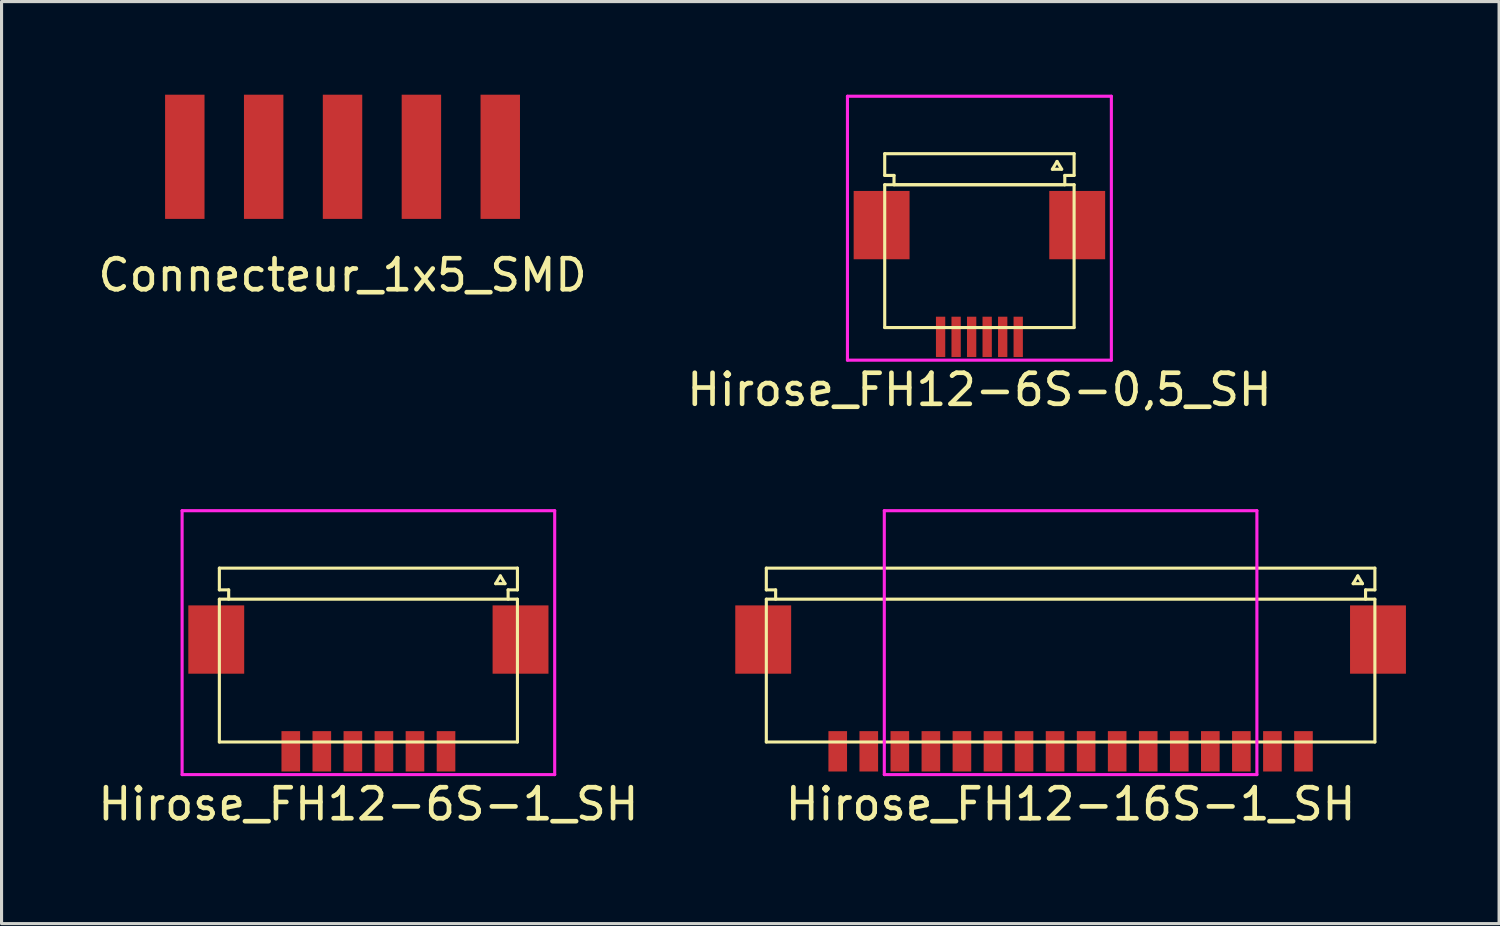
<source format=kicad_pcb>
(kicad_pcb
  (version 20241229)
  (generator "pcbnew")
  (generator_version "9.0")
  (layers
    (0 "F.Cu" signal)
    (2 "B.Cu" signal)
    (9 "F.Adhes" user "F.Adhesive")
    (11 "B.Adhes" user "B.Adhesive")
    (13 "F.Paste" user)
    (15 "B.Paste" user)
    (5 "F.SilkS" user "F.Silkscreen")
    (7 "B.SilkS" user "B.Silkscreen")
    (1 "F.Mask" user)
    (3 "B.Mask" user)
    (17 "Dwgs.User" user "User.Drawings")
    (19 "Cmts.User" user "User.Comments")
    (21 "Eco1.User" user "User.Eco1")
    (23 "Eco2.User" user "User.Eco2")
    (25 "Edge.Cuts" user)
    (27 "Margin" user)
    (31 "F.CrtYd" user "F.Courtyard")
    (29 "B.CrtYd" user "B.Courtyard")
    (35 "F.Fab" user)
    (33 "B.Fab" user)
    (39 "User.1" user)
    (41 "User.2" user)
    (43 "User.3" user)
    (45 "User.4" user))
  (footprint "Connecteur_1x5_SMD"
    (layer "F.Cu")
    (at 7.982 2)
    (property "Reference" "Connecteur_1x5_SMD" (at 0 3.81 0) (layer "F.SilkS") (effects (font (size 1 1) (thickness 0.15))))
    (attr through_hole)
    (pad "1" connect rect (at -5.08 0) (size 1.27 4) (layers "F.Cu" "F.Mask"))
    (pad "2" connect rect (at -2.54 0) (size 1.27 4) (layers "F.Cu" "F.Mask"))
    (pad "3" connect rect (at 0 0) (size 1.27 4) (layers "F.Cu" "F.Mask"))
    (pad "4" connect rect (at 2.54 0) (size 1.27 4) (layers "F.Cu" "F.Mask"))
    (pad "5" connect rect (at 5.08 0) (size 1.27 4) (layers "F.Cu" "F.Mask")))
  (footprint "Hirose_FH12-6S-1_SH"
    (layer "F.Cu")
    (at 8.815 20.148)
    (property "Reference" "Hirose_FH12-6S-1_SH" (at 0 2.7 0) (layer "F.SilkS") (effects (font (size 1 1) (thickness 0.15))))
    (attr through_hole)
    (fp_line (start -4.8 -4.2) (end -4.8 -4.9) (stroke (width 0.1) (type solid)) (layer "F.SilkS"))
    (fp_line (start -4.8 -3.9) (end -4.8 0.7) (stroke (width 0.1) (type solid)) (layer "F.SilkS"))
    (fp_line (start -4.8 -3.9) (end 4.8 -3.9) (stroke (width 0.1) (type solid)) (layer "F.SilkS"))
    (fp_line (start -4.5 -4.2) (end -4.8 -4.2) (stroke (width 0.1) (type solid)) (layer "F.SilkS"))
    (fp_line (start -4.5 -3.9) (end -4.5 -4.2) (stroke (width 0.1) (type solid)) (layer "F.SilkS"))
    (fp_line (start 4.1 -4.4) (end 4.25 -4.65) (stroke (width 0.1) (type solid)) (layer "F.SilkS"))
    (fp_line (start 4.25 -4.65) (end 4.4 -4.4) (stroke (width 0.1) (type solid)) (layer "F.SilkS"))
    (fp_line (start 4.4 -4.4) (end 4.1 -4.4) (stroke (width 0.1) (type solid)) (layer "F.SilkS"))
    (fp_line (start 4.5 -4.2) (end 4.5 -3.9) (stroke (width 0.1) (type solid)) (layer "F.SilkS"))
    (fp_line (start 4.8 -4.9) (end -4.8 -4.9) (stroke (width 0.1) (type solid)) (layer "F.SilkS"))
    (fp_line (start 4.8 -4.9) (end 4.8 -4.2) (stroke (width 0.1) (type solid)) (layer "F.SilkS"))
    (fp_line (start 4.8 -4.2) (end 4.5 -4.2) (stroke (width 0.1) (type solid)) (layer "F.SilkS"))
    (fp_line (start 4.8 0.7) (end -4.8 0.7) (stroke (width 0.1) (type solid)) (layer "F.SilkS"))
    (fp_line (start 4.8 0.7) (end 4.8 -3.9) (stroke (width 0.1) (type solid)) (layer "F.SilkS"))
    (fp_line (start -6 -6.75) (end 6 -6.75) (stroke (width 0.1) (type solid)) (layer "F.CrtYd"))
    (fp_line (start -6 1.75) (end -6 -6.75) (stroke (width 0.1) (type solid)) (layer "F.CrtYd"))
    (fp_line (start -6 1.75) (end 6 1.75) (stroke (width 0.1) (type solid)) (layer "F.CrtYd"))
    (fp_line (start 6 -6.75) (end 6 1.75) (stroke (width 0.1) (type solid)) (layer "F.CrtYd"))
    (pad "1" smd rect (at 2.5 1) (size 0.6 1.3) (layers "F.Cu" "F.Mask" "F.Paste"))
    (pad "2" smd rect (at 1.5 1) (size 0.6 1.3) (layers "F.Cu" "F.Mask" "F.Paste"))
    (pad "3" smd rect (at 0.5 1) (size 0.6 1.3) (layers "F.Cu" "F.Mask" "F.Paste"))
    (pad "4" smd rect (at -0.5 1) (size 0.6 1.3) (layers "F.Cu" "F.Mask" "F.Paste"))
    (pad "5" smd rect (at -1.5 1) (size 0.6 1.3) (layers "F.Cu" "F.Mask" "F.Paste"))
    (pad "6" smd rect (at -2.5 1) (size 0.6 1.3) (layers "F.Cu" "F.Mask" "F.Paste"))
    (pad "7" smd rect (at -4.9 -2.6) (size 1.8 2.2) (layers "F.Cu" "F.Mask" "F.Paste"))
    (pad "7" smd rect (at 4.9 -2.6) (size 1.8 2.2) (layers "F.Cu" "F.Mask" "F.Paste")))
  (footprint "Hirose_FH12-6S-0,5_SH"
    (layer "F.Cu")
    (at 28.494 6.8)
    (property "Reference" "Hirose_FH12-6S-0,5_SH" (at 0 2.7 0) (layer "F.SilkS") (effects (font (size 1 1) (thickness 0.15))))
    (attr through_hole)
    (fp_line (start -3.05 -4.9) (end 3.05 -4.9) (stroke (width 0.1) (type solid)) (layer "F.SilkS"))
    (fp_line (start -3.05 -4.2) (end -3.05 -4.9) (stroke (width 0.1) (type solid)) (layer "F.SilkS"))
    (fp_line (start -3.05 -3.9) (end -3.05 0.7) (stroke (width 0.1) (type solid)) (layer "F.SilkS"))
    (fp_line (start -3.05 0.7) (end 3.05 0.7) (stroke (width 0.1) (type solid)) (layer "F.SilkS"))
    (fp_line (start -2.75 -4.2) (end -3.05 -4.2) (stroke (width 0.1) (type solid)) (layer "F.SilkS"))
    (fp_line (start -2.75 -3.9) (end -2.75 -4.2) (stroke (width 0.1) (type solid)) (layer "F.SilkS"))
    (fp_line (start 2.35 -4.4) (end 2.5 -4.65) (stroke (width 0.1) (type solid)) (layer "F.SilkS"))
    (fp_line (start 2.5 -4.65) (end 2.65 -4.4) (stroke (width 0.1) (type solid)) (layer "F.SilkS"))
    (fp_line (start 2.65 -4.4) (end 2.35 -4.4) (stroke (width 0.1) (type solid)) (layer "F.SilkS"))
    (fp_line (start 2.75 -4.2) (end 2.75 -3.9) (stroke (width 0.1) (type solid)) (layer "F.SilkS"))
    (fp_line (start 2.75 -3.9) (end -2.75 -3.9) (stroke (width 0.1) (type solid)) (layer "F.SilkS"))
    (fp_line (start 3.05 -4.9) (end 3.05 -4.2) (stroke (width 0.1) (type solid)) (layer "F.SilkS"))
    (fp_line (start 3.05 -4.2) (end 2.75 -4.2) (stroke (width 0.1) (type solid)) (layer "F.SilkS"))
    (fp_line (start 3.05 -3.9) (end -3.05 -3.9) (stroke (width 0.1) (type solid)) (layer "F.SilkS"))
    (fp_line (start 3.05 0.7) (end 3.05 -3.9) (stroke (width 0.1) (type solid)) (layer "F.SilkS"))
    (fp_line (start -4.25 -6.75) (end 4.25 -6.75) (stroke (width 0.1) (type solid)) (layer "F.CrtYd"))
    (fp_line (start -4.25 1.75) (end -4.25 -6.75) (stroke (width 0.1) (type solid)) (layer "F.CrtYd"))
    (fp_line (start 4.25 -6.75) (end 4.25 1.75) (stroke (width 0.1) (type solid)) (layer "F.CrtYd"))
    (fp_line (start 4.25 1.75) (end -4.25 1.75) (stroke (width 0.1) (type solid)) (layer "F.CrtYd"))
    (pad "1" smd rect (at 1.25 1) (size 0.3 1.3) (layers "F.Cu" "F.Mask" "F.Paste"))
    (pad "2" smd rect (at 0.75 1) (size 0.3 1.3) (layers "F.Cu" "F.Mask" "F.Paste"))
    (pad "3" smd rect (at 0.25 1) (size 0.3 1.3) (layers "F.Cu" "F.Mask" "F.Paste"))
    (pad "4" smd rect (at -0.25 1) (size 0.3 1.3) (layers "F.Cu" "F.Mask" "F.Paste"))
    (pad "5" smd rect (at -0.75 1) (size 0.3 1.3) (layers "F.Cu" "F.Mask" "F.Paste"))
    (pad "6" smd rect (at -1.25 1) (size 0.3 1.3) (layers "F.Cu" "F.Mask" "F.Paste"))
    (pad "7" smd rect (at -3.15 -2.6) (size 1.8 2.2) (layers "F.Cu" "F.Mask" "F.Paste"))
    (pad "7" smd rect (at 3.15 -2.6) (size 1.8 2.2) (layers "F.Cu" "F.Mask" "F.Paste")))
  (footprint "Hirose_FH12-16S-1_SH"
    (layer "F.Cu")
    (at 31.431 20.148)
    (property "Reference" "Hirose_FH12-16S-1_SH" (at 0 2.7 0) (layer "F.SilkS") (effects (font (size 1 1) (thickness 0.15))))
    (attr through_hole)
    (fp_line (start -9.8 -4.9) (end 9.8 -4.9) (stroke (width 0.1) (type solid)) (layer "F.SilkS"))
    (fp_line (start -9.8 -4.2) (end -9.8 -4.9) (stroke (width 0.1) (type solid)) (layer "F.SilkS"))
    (fp_line (start -9.8 -3.9) (end -9.8 0.7) (stroke (width 0.1) (type solid)) (layer "F.SilkS"))
    (fp_line (start -9.8 0.7) (end 9.8 0.7) (stroke (width 0.1) (type solid)) (layer "F.SilkS"))
    (fp_line (start -9.5 -4.2) (end -9.8 -4.2) (stroke (width 0.1) (type solid)) (layer "F.SilkS"))
    (fp_line (start -9.5 -3.9) (end -9.5 -4.2) (stroke (width 0.1) (type solid)) (layer "F.SilkS"))
    (fp_line (start 9.1 -4.4) (end 9.25 -4.65) (stroke (width 0.1) (type solid)) (layer "F.SilkS"))
    (fp_line (start 9.25 -4.65) (end 9.4 -4.4) (stroke (width 0.1) (type solid)) (layer "F.SilkS"))
    (fp_line (start 9.4 -4.4) (end 9.1 -4.4) (stroke (width 0.1) (type solid)) (layer "F.SilkS"))
    (fp_line (start 9.5 -4.2) (end 9.5 -3.9) (stroke (width 0.1) (type solid)) (layer "F.SilkS"))
    (fp_line (start 9.8 -4.9) (end 9.8 -4.2) (stroke (width 0.1) (type solid)) (layer "F.SilkS"))
    (fp_line (start 9.8 -4.2) (end 9.5 -4.2) (stroke (width 0.1) (type solid)) (layer "F.SilkS"))
    (fp_line (start 9.8 -3.9) (end -9.8 -3.9) (stroke (width 0.1) (type solid)) (layer "F.SilkS"))
    (fp_line (start 9.8 0.7) (end 9.8 -3.9) (stroke (width 0.1) (type solid)) (layer "F.SilkS"))
    (fp_line (start -6 -6.75) (end 6 -6.75) (stroke (width 0.1) (type solid)) (layer "F.CrtYd"))
    (fp_line (start -6 1.75) (end -6 -6.75) (stroke (width 0.1) (type solid)) (layer "F.CrtYd"))
    (fp_line (start -6 1.75) (end 6 1.75) (stroke (width 0.1) (type solid)) (layer "F.CrtYd"))
    (fp_line (start 6 -6.75) (end 6 1.75) (stroke (width 0.1) (type solid)) (layer "F.CrtYd"))
    (pad "1" smd rect (at 7.5 1) (size 0.6 1.3) (layers "F.Cu" "F.Mask" "F.Paste"))
    (pad "2" smd rect (at 6.5 1) (size 0.6 1.3) (layers "F.Cu" "F.Mask" "F.Paste"))
    (pad "3" smd rect (at 5.5 1) (size 0.6 1.3) (layers "F.Cu" "F.Mask" "F.Paste"))
    (pad "4" smd rect (at 4.5 1) (size 0.6 1.3) (layers "F.Cu" "F.Mask" "F.Paste"))
    (pad "5" smd rect (at 3.5 1) (size 0.6 1.3) (layers "F.Cu" "F.Mask" "F.Paste"))
    (pad "6" smd rect (at 2.5 1) (size 0.6 1.3) (layers "F.Cu" "F.Mask" "F.Paste"))
    (pad "7" smd rect (at 1.5 1) (size 0.6 1.3) (layers "F.Cu" "F.Mask" "F.Paste"))
    (pad "8" smd rect (at 0.5 1) (size 0.6 1.3) (layers "F.Cu" "F.Mask" "F.Paste"))
    (pad "9" smd rect (at -0.5 1) (size 0.6 1.3) (layers "F.Cu" "F.Mask" "F.Paste"))
    (pad "10" smd rect (at -1.5 1) (size 0.6 1.3) (layers "F.Cu" "F.Mask" "F.Paste"))
    (pad "11" smd rect (at -2.5 1) (size 0.6 1.3) (layers "F.Cu" "F.Mask" "F.Paste"))
    (pad "12" smd rect (at -3.5 1) (size 0.6 1.3) (layers "F.Cu" "F.Mask" "F.Paste"))
    (pad "13" smd rect (at -4.5 1) (size 0.6 1.3) (layers "F.Cu" "F.Mask" "F.Paste"))
    (pad "14" smd rect (at -5.5 1) (size 0.6 1.3) (layers "F.Cu" "F.Mask" "F.Paste"))
    (pad "15" smd rect (at -6.5 1) (size 0.6 1.3) (layers "F.Cu" "F.Mask" "F.Paste"))
    (pad "16" smd rect (at -7.5 1) (size 0.6 1.3) (layers "F.Cu" "F.Mask" "F.Paste"))
    (pad "17" smd rect (at -9.9 -2.6) (size 1.8 2.2) (layers "F.Cu" "F.Mask" "F.Paste"))
    (pad "17" smd rect (at 9.9 -2.6) (size 1.8 2.2) (layers "F.Cu" "F.Mask" "F.Paste")))
  (gr_rect
    (start -3 -3)
    (end 45.231 26.697)
    (stroke (width 0.1) (type default))
    (fill no)
    (layer "Edge.Cuts")))
</source>
